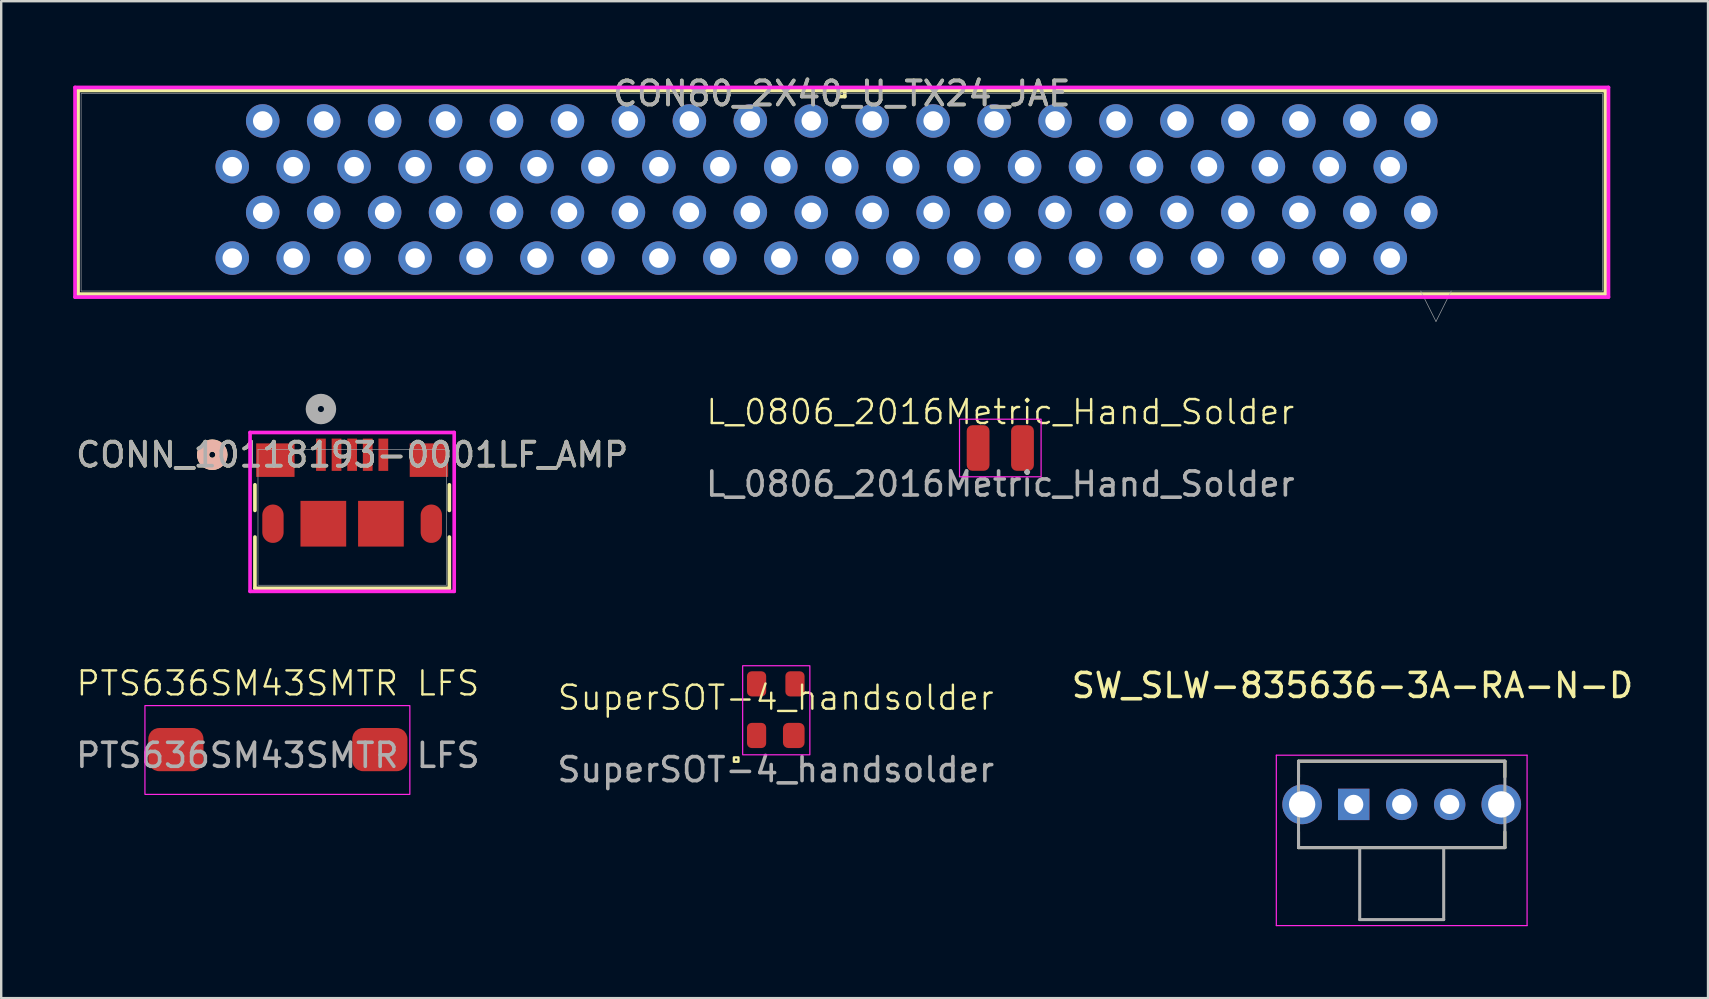
<source format=kicad_pcb>
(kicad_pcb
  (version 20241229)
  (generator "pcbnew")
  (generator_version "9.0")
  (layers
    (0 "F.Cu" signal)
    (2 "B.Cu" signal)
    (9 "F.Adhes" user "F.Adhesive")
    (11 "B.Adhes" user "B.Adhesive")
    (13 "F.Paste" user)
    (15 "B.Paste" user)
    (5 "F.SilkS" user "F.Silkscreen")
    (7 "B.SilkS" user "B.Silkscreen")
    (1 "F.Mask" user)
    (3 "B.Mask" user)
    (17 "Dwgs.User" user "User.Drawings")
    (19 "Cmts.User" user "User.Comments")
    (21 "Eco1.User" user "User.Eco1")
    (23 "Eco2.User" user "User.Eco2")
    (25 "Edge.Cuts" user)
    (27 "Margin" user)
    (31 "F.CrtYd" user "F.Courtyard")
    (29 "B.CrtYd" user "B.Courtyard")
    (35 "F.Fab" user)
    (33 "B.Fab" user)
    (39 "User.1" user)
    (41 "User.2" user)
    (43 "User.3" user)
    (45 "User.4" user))
  (footprint "SW_SLW-835636-3A-RA-N-D"
    (layer "F.Cu")
    (at 55.365 30.473)
    (property "Reference" "SW_SLW-835636-3A-RA-N-D" (at -2.05 -4.955 0) (layer "F.SilkS") (effects (font (size 1 1) (thickness 0.15))))
    (attr through_hole)
    (fp_line (start -4.3 -1.8) (end -4.3 -1.145) (stroke (width 0.127) (type solid)) (layer "F.SilkS"))
    (fp_line (start -4.3 1.8) (end -4.3 1.145) (stroke (width 0.127) (type solid)) (layer "F.SilkS"))
    (fp_line (start -4.3 1.8) (end 4.3 1.8) (stroke (width 0.127) (type solid)) (layer "F.SilkS"))
    (fp_line (start 4.3 -1.8) (end -4.3 -1.8) (stroke (width 0.127) (type solid)) (layer "F.SilkS"))
    (fp_line (start 4.3 -1.145) (end 4.3 -1.8) (stroke (width 0.127) (type solid)) (layer "F.SilkS"))
    (fp_line (start 4.3 1.8) (end 4.3 1.145) (stroke (width 0.127) (type solid)) (layer "F.SilkS"))
    (fp_line (start -5.225 -2.05) (end -5.225 5.05) (stroke (width 0.05) (type solid)) (layer "F.CrtYd"))
    (fp_line (start -5.225 5.05) (end 5.225 5.05) (stroke (width 0.05) (type solid)) (layer "F.CrtYd"))
    (fp_line (start 5.225 -2.05) (end -5.225 -2.05) (stroke (width 0.05) (type solid)) (layer "F.CrtYd"))
    (fp_line (start 5.225 5.05) (end 5.225 -2.05) (stroke (width 0.05) (type solid)) (layer "F.CrtYd"))
    (fp_line (start -4.3 -1.8) (end -4.3 1.8) (stroke (width 0.127) (type solid)) (layer "F.Fab"))
    (fp_line (start -4.3 1.8) (end -1.75 1.8) (stroke (width 0.127) (type solid)) (layer "F.Fab"))
    (fp_line (start -1.75 1.8) (end -1.75 4.8) (stroke (width 0.127) (type solid)) (layer "F.Fab"))
    (fp_line (start -1.75 1.8) (end 1.75 1.8) (stroke (width 0.127) (type solid)) (layer "F.Fab"))
    (fp_line (start -1.75 4.8) (end 1.75 4.8) (stroke (width 0.127) (type solid)) (layer "F.Fab"))
    (fp_line (start 1.75 1.8) (end 4.3 1.8) (stroke (width 0.127) (type solid)) (layer "F.Fab"))
    (fp_line (start 1.75 4.8) (end 1.75 1.8) (stroke (width 0.127) (type solid)) (layer "F.Fab"))
    (fp_line (start 4.3 -1.8) (end -4.3 -1.8) (stroke (width 0.127) (type solid)) (layer "F.Fab"))
    (fp_line (start 4.3 1.8) (end 4.3 -1.8) (stroke (width 0.127) (type solid)) (layer "F.Fab"))
    (pad "1" thru_hole rect (at -2 0) (size 1.308 1.308) (drill 0.8) (layers "*.Cu" "*.Mask"))
    (pad "2" thru_hole circle (at 0 0) (size 1.308 1.308) (drill 0.8) (layers "*.Cu" "*.Mask"))
    (pad "3" thru_hole circle (at 2 0) (size 1.308 1.308) (drill 0.8) (layers "*.Cu" "*.Mask"))
    (pad "SH1" thru_hole circle (at -4.15 0) (size 1.65 1.65) (drill 1.1) (layers "*.Cu" "*.Mask"))
    (pad "SH2" thru_hole circle (at 4.15 0) (size 1.65 1.65) (drill 1.1) (layers "*.Cu" "*.Mask")))
  (footprint "CONN_10118193-0001LF_AMP"
    (layer "F.Cu")
    (at 11.625 18.508)
    (property "Reference" "CONN_10118193-0001LF_AMP" (at 0 -2.607 0) (unlocked yes) (layer "F.SilkS") (effects (font (size 1 1) (thickness 0.15))))
    (attr smd)
    (fp_line (start -4.051 -1.355) (end -4.051 -0.287) (stroke (width 0.152) (type solid)) (layer "F.SilkS"))
    (fp_line (start -4.051 0.823) (end -4.051 2.959) (stroke (width 0.152) (type solid)) (layer "F.SilkS"))
    (fp_line (start -4.051 2.959) (end 4.051 2.959) (stroke (width 0.152) (type solid)) (layer "F.SilkS"))
    (fp_line (start 4.051 -0.287) (end 4.051 -1.355) (stroke (width 0.152) (type solid)) (layer "F.SilkS"))
    (fp_line (start 4.051 2.959) (end 4.051 0.823) (stroke (width 0.152) (type solid)) (layer "F.SilkS"))
    (fp_circle (center -5.829 -2.607) (end -5.448 -2.607) (stroke (width 0.508) (type solid)) (fill no) (layer "F.SilkS"))
    (fp_circle (center -5.829 -2.607) (end -5.448 -2.607) (stroke (width 0.508) (type solid)) (fill no) (layer "B.SilkS"))
    (fp_line (start -4.254 -3.534) (end -4.254 3.086) (stroke (width 0.152) (type solid)) (layer "F.CrtYd"))
    (fp_line (start -4.254 3.086) (end 4.254 3.086) (stroke (width 0.152) (type solid)) (layer "F.CrtYd"))
    (fp_line (start 4.254 -3.534) (end -4.254 -3.534) (stroke (width 0.152) (type solid)) (layer "F.CrtYd"))
    (fp_line (start 4.254 3.086) (end 4.254 -3.534) (stroke (width 0.152) (type solid)) (layer "F.CrtYd"))
    (fp_line (start -3.924 -2.832) (end -3.924 2.832) (stroke (width 0.025) (type solid)) (layer "F.Fab"))
    (fp_line (start -3.924 2.832) (end 3.924 2.832) (stroke (width 0.025) (type solid)) (layer "F.Fab"))
    (fp_line (start 3.924 -2.832) (end -3.924 -2.832) (stroke (width 0.025) (type solid)) (layer "F.Fab"))
    (fp_line (start 3.924 2.832) (end 3.924 -2.832) (stroke (width 0.025) (type solid)) (layer "F.Fab"))
    (fp_circle (center -1.3 -4.512) (end -0.919 -4.512) (stroke (width 0.508) (type solid)) (fill no) (layer "F.Fab"))
    (fp_text user "${REFERENCE}" (at 0 -2.607 0) (unlocked yes) (layer "F.Fab") (effects (font (size 1 1) (thickness 0.15))))
    (pad "1" smd rect (at -1.3 -2.607) (size 0.406 1.346) (layers "F.Cu" "F.Mask" "F.Paste"))
    (pad "2" smd rect (at -0.65 -2.607) (size 0.406 1.346) (layers "F.Cu" "F.Mask" "F.Paste"))
    (pad "3" smd rect (at 0 -2.607) (size 0.406 1.346) (layers "F.Cu" "F.Mask" "F.Paste"))
    (pad "4" smd rect (at 0.65 -2.607) (size 0.406 1.346) (layers "F.Cu" "F.Mask" "F.Paste"))
    (pad "5" smd rect (at 1.3 -2.607) (size 0.406 1.346) (layers "F.Cu" "F.Mask" "F.Paste"))
    (pad "6" smd rect (at -3.2 -2.382) (size 1.6 1.397) (layers "F.Cu" "F.Mask" "F.Paste"))
    (pad "7" smd rect (at 3.2 -2.382) (size 1.6 1.397) (layers "F.Cu" "F.Mask" "F.Paste"))
    (pad "8" smd rect (at -1.2 0.268) (size 1.905 1.905) (layers "F.Cu" "F.Mask" "F.Paste"))
    (pad "9" smd rect (at 1.2 0.268) (size 1.905 1.905) (layers "F.Cu" "F.Mask" "F.Paste"))
    (pad "10" smd oval (at -3.3 0.268) (size 0.889 1.6) (layers "F.Cu" "F.Mask" "F.Paste"))
    (pad "11" smd oval (at 3.3 0.268) (size 0.889 1.6) (layers "F.Cu" "F.Mask" "F.Paste")))
  (footprint "SuperSOT-4_handsolder"
    (layer "F.Cu")
    (at 29.28 26.525)
    (property "Reference" "SuperSOT-4_handsolder" (at 0 -0.5 0) (unlocked yes) (layer "F.SilkS") (effects (font (size 1 1) (thickness 0.1))))
    (attr smd)
    (fp_rect (start -1.745 1.99) (end -1.555 2.17) (stroke (width 0.1) (type default)) (fill no) (layer "F.SilkS"))
    (fp_rect (start -1.38 -1.83) (end 1.42 1.88) (stroke (width 0.05) (type default)) (fill no) (layer "F.CrtYd"))
    (fp_text user "${REFERENCE}" (at 0 2.5 0) (unlocked yes) (layer "F.Fab") (effects (font (size 1 1) (thickness 0.15))))
    (pad "1" smd roundrect (at -0.8 1.075) (size 0.8 1.05) (layers "F.Cu" "F.Mask" "F.Paste") (roundrect_rratio 0.25))
    (pad "2" smd roundrect (at 0.75 1.075) (size 0.9 1.05) (layers "F.Cu" "F.Mask" "F.Paste") (roundrect_rratio 0.25))
    (pad "3" smd roundrect (at 0.8 -1.075) (size 0.8 1.05) (layers "F.Cu" "F.Mask" "F.Paste") (roundrect_rratio 0.25))
    (pad "4" smd roundrect (at -0.8 -1.075) (size 0.8 1.05) (layers "F.Cu" "F.Mask" "F.Paste") (roundrect_rratio 0.25)))
  (footprint "CON80_2X40_U_TX24_JAE"
    (layer "F.Cu")
    (at 32.029 0.848)
    (property "Reference" "CON80_2X40_U_TX24_JAE" (at 0 0 0) (unlocked yes) (layer "F.SilkS") (effects (font (size 1 1) (thickness 0.15))))
    (attr through_hole)
    (fp_line (start -31.826 -0.127) (end -31.826 8.357) (stroke (width 0.152) (type solid)) (layer "F.SilkS"))
    (fp_line (start -31.826 8.357) (end 31.826 8.357) (stroke (width 0.152) (type solid)) (layer "F.SilkS"))
    (fp_line (start -0.127 -0.127) (end -0.127 0.127) (stroke (width 0.152) (type solid)) (layer "F.SilkS"))
    (fp_line (start -0.127 0.127) (end 0.127 0.127) (stroke (width 0.152) (type solid)) (layer "F.SilkS"))
    (fp_line (start 0.127 -0.127) (end -0.127 -0.127) (stroke (width 0.152) (type solid)) (layer "F.SilkS"))
    (fp_line (start 0.127 0.127) (end 0.127 -0.127) (stroke (width 0.152) (type solid)) (layer "F.SilkS"))
    (fp_line (start 31.826 -0.127) (end -31.826 -0.127) (stroke (width 0.152) (type solid)) (layer "F.SilkS"))
    (fp_line (start 31.826 8.357) (end 31.826 -0.127) (stroke (width 0.152) (type solid)) (layer "F.SilkS"))
    (fp_line (start -31.953 -0.254) (end -31.953 8.484) (stroke (width 0.152) (type solid)) (layer "F.CrtYd"))
    (fp_line (start -31.953 8.484) (end 31.953 8.484) (stroke (width 0.152) (type solid)) (layer "F.CrtYd"))
    (fp_line (start 31.953 -0.254) (end -31.953 -0.254) (stroke (width 0.152) (type solid)) (layer "F.CrtYd"))
    (fp_line (start 31.953 8.484) (end 31.953 -0.254) (stroke (width 0.152) (type solid)) (layer "F.CrtYd"))
    (fp_line (start -31.699 0) (end -31.699 8.23) (stroke (width 0.025) (type solid)) (layer "F.Fab"))
    (fp_line (start -31.699 8.23) (end 31.699 8.23) (stroke (width 0.025) (type solid)) (layer "F.Fab"))
    (fp_line (start 0 0) (end 0 0) (stroke (width 0.025) (type solid)) (layer "F.Fab"))
    (fp_line (start 0 0) (end 0 0) (stroke (width 0.025) (type solid)) (layer "F.Fab"))
    (fp_line (start 0 0) (end 0 0) (stroke (width 0.025) (type solid)) (layer "F.Fab"))
    (fp_line (start 0 0) (end 0 0) (stroke (width 0.025) (type solid)) (layer "F.Fab"))
    (fp_line (start 24.13 8.23) (end 24.765 9.5) (stroke (width 0.025) (type solid)) (layer "F.Fab"))
    (fp_line (start 25.4 8.23) (end 24.765 9.5) (stroke (width 0.025) (type solid)) (layer "F.Fab"))
    (fp_line (start 31.699 0) (end -31.699 0) (stroke (width 0.025) (type solid)) (layer "F.Fab"))
    (fp_line (start 31.699 8.23) (end 31.699 0) (stroke (width 0.025) (type solid)) (layer "F.Fab"))
    (fp_text user "${REFERENCE}" (at 0 0 0) (unlocked yes) (layer "F.Fab") (effects (font (size 1 1) (thickness 0.15))))
    (pad "1" thru_hole circle (at 24.13 1.143) (size 1.397 1.397) (drill 0.813) (layers "*.Cu" "*.Mask"))
    (pad "2" thru_hole circle (at 22.86 3.048) (size 1.397 1.397) (drill 0.813) (layers "*.Cu" "*.Mask"))
    (pad "3" thru_hole circle (at 21.59 1.143) (size 1.397 1.397) (drill 0.813) (layers "*.Cu" "*.Mask"))
    (pad "4" thru_hole circle (at 20.32 3.048) (size 1.397 1.397) (drill 0.813) (layers "*.Cu" "*.Mask"))
    (pad "5" thru_hole circle (at 19.05 1.143) (size 1.397 1.397) (drill 0.813) (layers "*.Cu" "*.Mask"))
    (pad "6" thru_hole circle (at 17.78 3.048) (size 1.397 1.397) (drill 0.813) (layers "*.Cu" "*.Mask"))
    (pad "7" thru_hole circle (at 16.51 1.143) (size 1.397 1.397) (drill 0.813) (layers "*.Cu" "*.Mask"))
    (pad "8" thru_hole circle (at 15.24 3.048) (size 1.397 1.397) (drill 0.813) (layers "*.Cu" "*.Mask"))
    (pad "9" thru_hole circle (at 13.97 1.143) (size 1.397 1.397) (drill 0.813) (layers "*.Cu" "*.Mask"))
    (pad "10" thru_hole circle (at 12.7 3.048) (size 1.397 1.397) (drill 0.813) (layers "*.Cu" "*.Mask"))
    (pad "11" thru_hole circle (at 11.43 1.143) (size 1.397 1.397) (drill 0.813) (layers "*.Cu" "*.Mask"))
    (pad "12" thru_hole circle (at 10.16 3.048) (size 1.397 1.397) (drill 0.813) (layers "*.Cu" "*.Mask"))
    (pad "13" thru_hole circle (at 8.89 1.143) (size 1.397 1.397) (drill 0.813) (layers "*.Cu" "*.Mask"))
    (pad "14" thru_hole circle (at 7.62 3.048) (size 1.397 1.397) (drill 0.813) (layers "*.Cu" "*.Mask"))
    (pad "15" thru_hole circle (at 6.35 1.143) (size 1.397 1.397) (drill 0.813) (layers "*.Cu" "*.Mask"))
    (pad "16" thru_hole circle (at 5.08 3.048) (size 1.397 1.397) (drill 0.813) (layers "*.Cu" "*.Mask"))
    (pad "17" thru_hole circle (at 3.81 1.143) (size 1.397 1.397) (drill 0.813) (layers "*.Cu" "*.Mask"))
    (pad "18" thru_hole circle (at 2.54 3.048) (size 1.397 1.397) (drill 0.813) (layers "*.Cu" "*.Mask"))
    (pad "19" thru_hole circle (at 1.27 1.143) (size 1.397 1.397) (drill 0.813) (layers "*.Cu" "*.Mask"))
    (pad "20" thru_hole circle (at 0 3.048) (size 1.397 1.397) (drill 0.813) (layers "*.Cu" "*.Mask"))
    (pad "21" thru_hole circle (at -1.27 1.143) (size 1.397 1.397) (drill 0.813) (layers "*.Cu" "*.Mask"))
    (pad "22" thru_hole circle (at -2.54 3.048) (size 1.397 1.397) (drill 0.813) (layers "*.Cu" "*.Mask"))
    (pad "23" thru_hole circle (at -3.81 1.143) (size 1.397 1.397) (drill 0.813) (layers "*.Cu" "*.Mask"))
    (pad "24" thru_hole circle (at -5.08 3.048) (size 1.397 1.397) (drill 0.813) (layers "*.Cu" "*.Mask"))
    (pad "25" thru_hole circle (at -6.35 1.143) (size 1.397 1.397) (drill 0.813) (layers "*.Cu" "*.Mask"))
    (pad "26" thru_hole circle (at -7.62 3.048) (size 1.397 1.397) (drill 0.813) (layers "*.Cu" "*.Mask"))
    (pad "27" thru_hole circle (at -8.89 1.143) (size 1.397 1.397) (drill 0.813) (layers "*.Cu" "*.Mask"))
    (pad "28" thru_hole circle (at -10.16 3.048) (size 1.397 1.397) (drill 0.813) (layers "*.Cu" "*.Mask"))
    (pad "29" thru_hole circle (at -11.43 1.143) (size 1.397 1.397) (drill 0.813) (layers "*.Cu" "*.Mask"))
    (pad "30" thru_hole circle (at -12.7 3.048) (size 1.397 1.397) (drill 0.813) (layers "*.Cu" "*.Mask"))
    (pad "31" thru_hole circle (at -13.97 1.143) (size 1.397 1.397) (drill 0.813) (layers "*.Cu" "*.Mask"))
    (pad "32" thru_hole circle (at -15.24 3.048) (size 1.397 1.397) (drill 0.813) (layers "*.Cu" "*.Mask"))
    (pad "33" thru_hole circle (at -16.51 1.143) (size 1.397 1.397) (drill 0.813) (layers "*.Cu" "*.Mask"))
    (pad "34" thru_hole circle (at -17.78 3.048) (size 1.397 1.397) (drill 0.813) (layers "*.Cu" "*.Mask"))
    (pad "35" thru_hole circle (at -19.05 1.143) (size 1.397 1.397) (drill 0.813) (layers "*.Cu" "*.Mask"))
    (pad "36" thru_hole circle (at -20.32 3.048) (size 1.397 1.397) (drill 0.813) (layers "*.Cu" "*.Mask"))
    (pad "37" thru_hole circle (at -21.59 1.143) (size 1.397 1.397) (drill 0.813) (layers "*.Cu" "*.Mask"))
    (pad "38" thru_hole circle (at -22.86 3.048) (size 1.397 1.397) (drill 0.813) (layers "*.Cu" "*.Mask"))
    (pad "39" thru_hole circle (at -24.13 1.143) (size 1.397 1.397) (drill 0.813) (layers "*.Cu" "*.Mask"))
    (pad "40" thru_hole circle (at -25.4 3.048) (size 1.397 1.397) (drill 0.813) (layers "*.Cu" "*.Mask"))
    (pad "41" thru_hole circle (at 24.13 4.953) (size 1.397 1.397) (drill 0.813) (layers "*.Cu" "*.Mask"))
    (pad "42" thru_hole circle (at 22.86 6.858) (size 1.397 1.397) (drill 0.813) (layers "*.Cu" "*.Mask"))
    (pad "43" thru_hole circle (at 21.59 4.953) (size 1.397 1.397) (drill 0.813) (layers "*.Cu" "*.Mask"))
    (pad "44" thru_hole circle (at 20.32 6.858) (size 1.397 1.397) (drill 0.813) (layers "*.Cu" "*.Mask"))
    (pad "45" thru_hole circle (at 19.05 4.953) (size 1.397 1.397) (drill 0.813) (layers "*.Cu" "*.Mask"))
    (pad "46" thru_hole circle (at 17.78 6.858) (size 1.397 1.397) (drill 0.813) (layers "*.Cu" "*.Mask"))
    (pad "47" thru_hole circle (at 16.51 4.953) (size 1.397 1.397) (drill 0.813) (layers "*.Cu" "*.Mask"))
    (pad "48" thru_hole circle (at 15.24 6.858) (size 1.397 1.397) (drill 0.813) (layers "*.Cu" "*.Mask"))
    (pad "49" thru_hole circle (at 13.97 4.953) (size 1.397 1.397) (drill 0.813) (layers "*.Cu" "*.Mask"))
    (pad "50" thru_hole circle (at 12.7 6.858) (size 1.397 1.397) (drill 0.813) (layers "*.Cu" "*.Mask"))
    (pad "51" thru_hole circle (at 11.43 4.953) (size 1.397 1.397) (drill 0.813) (layers "*.Cu" "*.Mask"))
    (pad "52" thru_hole circle (at 10.16 6.858) (size 1.397 1.397) (drill 0.813) (layers "*.Cu" "*.Mask"))
    (pad "53" thru_hole circle (at 8.89 4.953) (size 1.397 1.397) (drill 0.813) (layers "*.Cu" "*.Mask"))
    (pad "54" thru_hole circle (at 7.62 6.858) (size 1.397 1.397) (drill 0.813) (layers "*.Cu" "*.Mask"))
    (pad "55" thru_hole circle (at 6.35 4.953) (size 1.397 1.397) (drill 0.813) (layers "*.Cu" "*.Mask"))
    (pad "56" thru_hole circle (at 5.08 6.858) (size 1.397 1.397) (drill 0.813) (layers "*.Cu" "*.Mask"))
    (pad "57" thru_hole circle (at 3.81 4.953) (size 1.397 1.397) (drill 0.813) (layers "*.Cu" "*.Mask"))
    (pad "58" thru_hole circle (at 2.54 6.858) (size 1.397 1.397) (drill 0.813) (layers "*.Cu" "*.Mask"))
    (pad "59" thru_hole circle (at 1.27 4.953) (size 1.397 1.397) (drill 0.813) (layers "*.Cu" "*.Mask"))
    (pad "60" thru_hole circle (at 0 6.858) (size 1.397 1.397) (drill 0.813) (layers "*.Cu" "*.Mask"))
    (pad "61" thru_hole circle (at -1.27 4.953) (size 1.397 1.397) (drill 0.813) (layers "*.Cu" "*.Mask"))
    (pad "62" thru_hole circle (at -2.54 6.858) (size 1.397 1.397) (drill 0.813) (layers "*.Cu" "*.Mask"))
    (pad "63" thru_hole circle (at -3.81 4.953) (size 1.397 1.397) (drill 0.813) (layers "*.Cu" "*.Mask"))
    (pad "64" thru_hole circle (at -5.08 6.858) (size 1.397 1.397) (drill 0.813) (layers "*.Cu" "*.Mask"))
    (pad "65" thru_hole circle (at -6.35 4.953) (size 1.397 1.397) (drill 0.813) (layers "*.Cu" "*.Mask"))
    (pad "66" thru_hole circle (at -7.62 6.858) (size 1.397 1.397) (drill 0.813) (layers "*.Cu" "*.Mask"))
    (pad "67" thru_hole circle (at -8.89 4.953) (size 1.397 1.397) (drill 0.813) (layers "*.Cu" "*.Mask"))
    (pad "68" thru_hole circle (at -10.16 6.858) (size 1.397 1.397) (drill 0.813) (layers "*.Cu" "*.Mask"))
    (pad "69" thru_hole circle (at -11.43 4.953) (size 1.397 1.397) (drill 0.813) (layers "*.Cu" "*.Mask"))
    (pad "70" thru_hole circle (at -12.7 6.858) (size 1.397 1.397) (drill 0.813) (layers "*.Cu" "*.Mask"))
    (pad "71" thru_hole circle (at -13.97 4.953) (size 1.397 1.397) (drill 0.813) (layers "*.Cu" "*.Mask"))
    (pad "72" thru_hole circle (at -15.24 6.858) (size 1.397 1.397) (drill 0.813) (layers "*.Cu" "*.Mask"))
    (pad "73" thru_hole circle (at -16.51 4.953) (size 1.397 1.397) (drill 0.813) (layers "*.Cu" "*.Mask"))
    (pad "74" thru_hole circle (at -17.78 6.858) (size 1.397 1.397) (drill 0.813) (layers "*.Cu" "*.Mask"))
    (pad "75" thru_hole circle (at -19.05 4.953) (size 1.397 1.397) (drill 0.813) (layers "*.Cu" "*.Mask"))
    (pad "76" thru_hole circle (at -20.32 6.858) (size 1.397 1.397) (drill 0.813) (layers "*.Cu" "*.Mask"))
    (pad "77" thru_hole circle (at -21.59 4.953) (size 1.397 1.397) (drill 0.813) (layers "*.Cu" "*.Mask"))
    (pad "78" thru_hole circle (at -22.86 6.858) (size 1.397 1.397) (drill 0.813) (layers "*.Cu" "*.Mask"))
    (pad "79" thru_hole circle (at -24.13 4.953) (size 1.397 1.397) (drill 0.813) (layers "*.Cu" "*.Mask"))
    (pad "80" thru_hole circle (at -25.4 6.858) (size 1.397 1.397) (drill 0.813) (layers "*.Cu" "*.Mask")))
  (footprint "L_0806_2016Metric_Hand_Solder"
    (layer "F.Cu")
    (at 38.637 14.621)
    (property "Reference" "L_0806_2016Metric_Hand_Solder" (at 0 -0.5 0) (unlocked yes) (layer "F.SilkS") (effects (font (size 1 1) (thickness 0.1))))
    (attr smd)
    (fp_rect (start -1.7 -0.2) (end 1.7 2.2) (stroke (width 0.05) (type default)) (fill no) (layer "F.CrtYd"))
    (fp_text user "${REFERENCE}" (at 0 2.5 0) (unlocked yes) (layer "F.Fab") (effects (font (size 1 1) (thickness 0.15))))
    (pad "1" smd roundrect (at -0.925 1) (size 0.95 1.9) (layers "F.Cu" "F.Mask" "F.Paste") (roundrect_rratio 0.25))
    (pad "2" smd roundrect (at 0.925 1) (size 0.95 1.9) (layers "F.Cu" "F.Mask" "F.Paste") (roundrect_rratio 0.25)))
  (footprint "PTS636SM43SMTR LFS"
    (layer "F.Cu")
    (at 8.53 25.93)
    (property "Reference" "PTS636SM43SMTR LFS" (at 0 -0.5 0) (unlocked yes) (layer "F.SilkS") (effects (font (size 1 1) (thickness 0.1))))
    (attr smd)
    (fp_rect (start -5.54 0.425) (end 5.5 4.125) (stroke (width 0.05) (type default)) (fill no) (layer "F.CrtYd"))
    (fp_text user "${REFERENCE}" (at 0 2.5 0) (unlocked yes) (layer "F.Fab") (effects (font (size 1 1) (thickness 0.15))))
    (pad "1" smd roundrect (at -4.25 2.26) (size 2.3 1.8) (layers "F.Cu" "F.Mask" "F.Paste") (roundrect_rratio 0.25))
    (pad "2" smd roundrect (at 4.25 2.26) (size 2.3 1.8) (layers "F.Cu" "F.Mask" "F.Paste") (roundrect_rratio 0.25)))
  (gr_rect
    (start -3 -3)
    (end 68.131 38.548)
    (stroke (width 0.1) (type default))
    (fill no)
    (layer "Edge.Cuts")))
</source>
